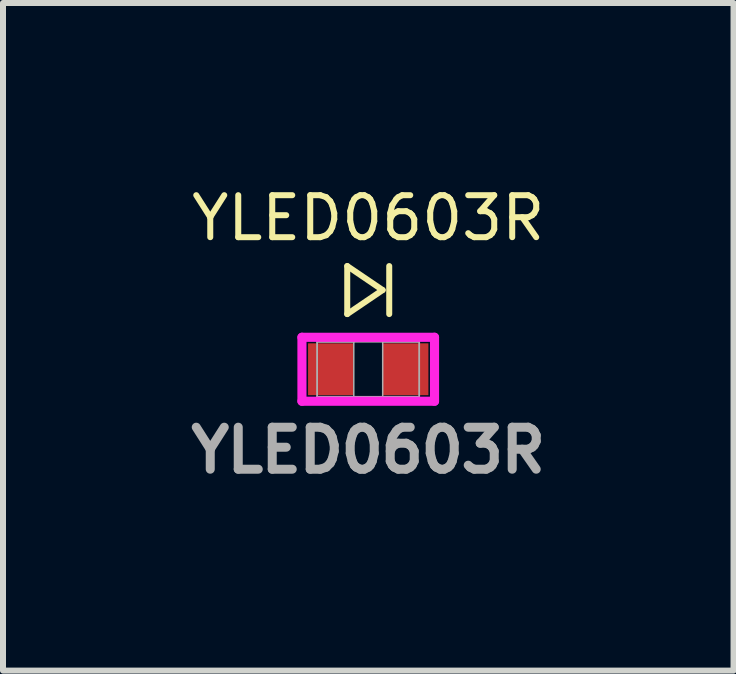
<source format=kicad_pcb>
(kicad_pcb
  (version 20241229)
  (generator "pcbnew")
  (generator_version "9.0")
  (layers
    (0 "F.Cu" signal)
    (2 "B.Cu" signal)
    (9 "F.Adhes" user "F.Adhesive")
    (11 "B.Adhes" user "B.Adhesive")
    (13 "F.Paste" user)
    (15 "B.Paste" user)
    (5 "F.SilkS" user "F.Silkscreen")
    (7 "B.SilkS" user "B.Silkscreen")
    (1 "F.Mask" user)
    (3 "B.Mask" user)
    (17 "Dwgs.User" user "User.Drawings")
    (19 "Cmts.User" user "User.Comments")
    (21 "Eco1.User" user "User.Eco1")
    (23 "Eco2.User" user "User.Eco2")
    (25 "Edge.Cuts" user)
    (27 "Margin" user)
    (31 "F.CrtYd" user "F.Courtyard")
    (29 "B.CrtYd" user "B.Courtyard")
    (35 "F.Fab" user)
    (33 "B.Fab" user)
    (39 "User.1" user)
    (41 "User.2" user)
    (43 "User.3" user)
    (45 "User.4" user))
  (footprint "YLED0603R"
    (layer "F.Cu")
    (at 3.088 3.105)
    (property "Reference" "YLED0603R" (at 0 -2.52 0) (unlocked yes) (layer "F.SilkS") (effects (font (size 0.7 0.7) (thickness 0.1))))
    (attr smd)
    (fp_line (start -0.35 -1.72) (end 0.24 -1.32) (stroke (width 0.1) (type default)) (layer "F.SilkS"))
    (fp_line (start -0.35 -0.92) (end -0.35 -1.72) (stroke (width 0.1) (type default)) (layer "F.SilkS"))
    (fp_line (start 0.24 -1.32) (end -0.35 -0.92) (stroke (width 0.1) (type default)) (layer "F.SilkS"))
    (fp_line (start 0.35 -1.72) (end 0.35 -0.92) (stroke (width 0.1) (type default)) (layer "F.SilkS"))
    (fp_line (start -1.105 -0.533) (end 1.105 -0.533) (stroke (width 0.152) (type solid)) (layer "F.CrtYd"))
    (fp_line (start -1.105 0.533) (end -1.105 -0.533) (stroke (width 0.152) (type solid)) (layer "F.CrtYd"))
    (fp_line (start 1.105 -0.533) (end 1.105 0.533) (stroke (width 0.152) (type solid)) (layer "F.CrtYd"))
    (fp_line (start 1.105 0.533) (end -1.105 0.533) (stroke (width 0.152) (type solid)) (layer "F.CrtYd"))
    (fp_line (start -0.851 -0.457) (end -0.851 0.457) (stroke (width 0.025) (type solid)) (layer "F.Fab"))
    (fp_line (start -0.851 -0.457) (end -0.851 0.457) (stroke (width 0.025) (type solid)) (layer "F.Fab"))
    (fp_line (start -0.851 0.457) (end -0.241 0.457) (stroke (width 0.025) (type solid)) (layer "F.Fab"))
    (fp_line (start -0.851 0.457) (end 0.851 0.457) (stroke (width 0.025) (type solid)) (layer "F.Fab"))
    (fp_line (start -0.241 -0.457) (end -0.851 -0.457) (stroke (width 0.025) (type solid)) (layer "F.Fab"))
    (fp_line (start -0.241 0.457) (end -0.241 -0.457) (stroke (width 0.025) (type solid)) (layer "F.Fab"))
    (fp_line (start 0.241 -0.457) (end 0.241 0.457) (stroke (width 0.025) (type solid)) (layer "F.Fab"))
    (fp_line (start 0.241 0.457) (end 0.851 0.457) (stroke (width 0.025) (type solid)) (layer "F.Fab"))
    (fp_line (start 0.851 -0.457) (end -0.851 -0.457) (stroke (width 0.025) (type solid)) (layer "F.Fab"))
    (fp_line (start 0.851 -0.457) (end 0.241 -0.457) (stroke (width 0.025) (type solid)) (layer "F.Fab"))
    (fp_line (start 0.851 0.457) (end 0.851 -0.457) (stroke (width 0.025) (type solid)) (layer "F.Fab"))
    (fp_line (start 0.851 0.457) (end 0.851 -0.457) (stroke (width 0.025) (type solid)) (layer "F.Fab"))
    (fp_text user "${REFERENCE}" (at 0 1.35 0) (unlocked yes) (layer "F.Fab") (effects (font (size 0.7 0.7) (thickness 0.15))))
    (pad "1" smd rect (at 0.622 0) (size 0.762 0.864) (layers "F.Cu" "F.Mask" "F.Paste"))
    (pad "2" smd rect (at -0.622 0) (size 0.762 0.864) (layers "F.Cu" "F.Mask" "F.Paste"))
    (zone (net_name "") (layer "F.Cu") (hatch full 0.508) (connect_pads) (min_thickness 0.254) (filled_areas_thickness no) (keepout (tracks not_allowed) (vias not_allowed) (pads allowed) (copperpour not_allowed) (footprints allowed)) (placement (enabled no)) (fill) (polygon (pts (xy 2.898 2.699) (xy 3.279 2.699) (xy 3.279 3.511) (xy 2.898 3.511)))))
  (gr_rect
    (start -3 -3)
    (end 9.177 8.128)
    (stroke (width 0.1) (type default))
    (fill no)
    (layer "Edge.Cuts")))
</source>
